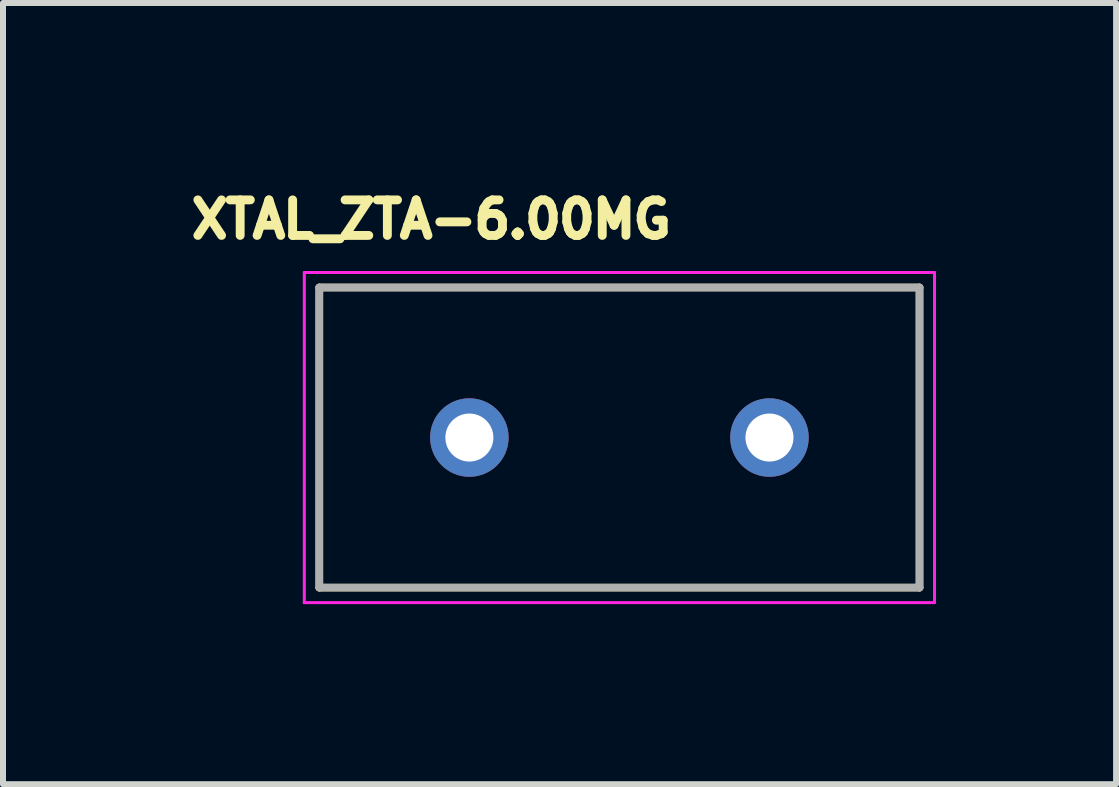
<source format=kicad_pcb>
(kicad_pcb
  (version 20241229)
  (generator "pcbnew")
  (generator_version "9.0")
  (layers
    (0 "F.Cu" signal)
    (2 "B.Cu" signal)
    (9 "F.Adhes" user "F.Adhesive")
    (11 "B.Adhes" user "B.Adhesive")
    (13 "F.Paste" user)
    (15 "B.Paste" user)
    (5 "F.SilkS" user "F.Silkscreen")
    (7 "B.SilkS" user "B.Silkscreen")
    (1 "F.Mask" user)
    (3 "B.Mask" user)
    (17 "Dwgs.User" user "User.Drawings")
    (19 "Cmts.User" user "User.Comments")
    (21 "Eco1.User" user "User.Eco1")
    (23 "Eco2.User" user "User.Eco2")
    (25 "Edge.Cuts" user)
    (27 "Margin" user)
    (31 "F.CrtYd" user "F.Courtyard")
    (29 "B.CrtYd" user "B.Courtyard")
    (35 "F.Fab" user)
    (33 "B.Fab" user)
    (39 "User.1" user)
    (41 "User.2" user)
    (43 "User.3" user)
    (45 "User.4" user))
  (footprint "XTAL_ZTA-6.00MG"
    (layer "F.Cu")
    (at 7.27 4.24)
    (property "Reference" "XTAL_ZTA-6.00MG" (at -3.133 -3.634 0) (layer "F.SilkS") (effects (font (size 0.592 0.592) (thickness 0.15))))
    (attr through_hole)
    (fp_line (start -5 -2.5) (end -5 2.5) (stroke (width 0.127) (type solid)) (layer "F.SilkS"))
    (fp_line (start -5 2.5) (end 5 2.5) (stroke (width 0.127) (type solid)) (layer "F.SilkS"))
    (fp_line (start 5 -2.5) (end -5 -2.5) (stroke (width 0.127) (type solid)) (layer "F.SilkS"))
    (fp_line (start 5 2.5) (end 5 -2.5) (stroke (width 0.127) (type solid)) (layer "F.SilkS"))
    (fp_line (start -5.25 -2.75) (end 5.25 -2.75) (stroke (width 0.05) (type solid)) (layer "F.CrtYd"))
    (fp_line (start -5.25 2.75) (end -5.25 -2.75) (stroke (width 0.05) (type solid)) (layer "F.CrtYd"))
    (fp_line (start 5.25 -2.75) (end 5.25 2.75) (stroke (width 0.05) (type solid)) (layer "F.CrtYd"))
    (fp_line (start 5.25 2.75) (end -5.25 2.75) (stroke (width 0.05) (type solid)) (layer "F.CrtYd"))
    (fp_line (start -5 -2.5) (end -5 2.5) (stroke (width 0.127) (type solid)) (layer "F.Fab"))
    (fp_line (start -5 2.5) (end 5 2.5) (stroke (width 0.127) (type solid)) (layer "F.Fab"))
    (fp_line (start 5 -2.5) (end -5 -2.5) (stroke (width 0.127) (type solid)) (layer "F.Fab"))
    (fp_line (start 5 2.5) (end 5 -2.5) (stroke (width 0.127) (type solid)) (layer "F.Fab"))
    (pad "1" thru_hole circle (at -2.5 0) (size 1.308 1.308) (drill 0.8) (layers "*.Cu" "*.Mask"))
    (pad "2" thru_hole circle (at 2.5 0) (size 1.308 1.308) (drill 0.8) (layers "*.Cu" "*.Mask")))
  (gr_rect
    (start -3 -3)
    (end 15.545 10.015)
    (stroke (width 0.1) (type default))
    (fill no)
    (layer "Edge.Cuts")))
</source>
